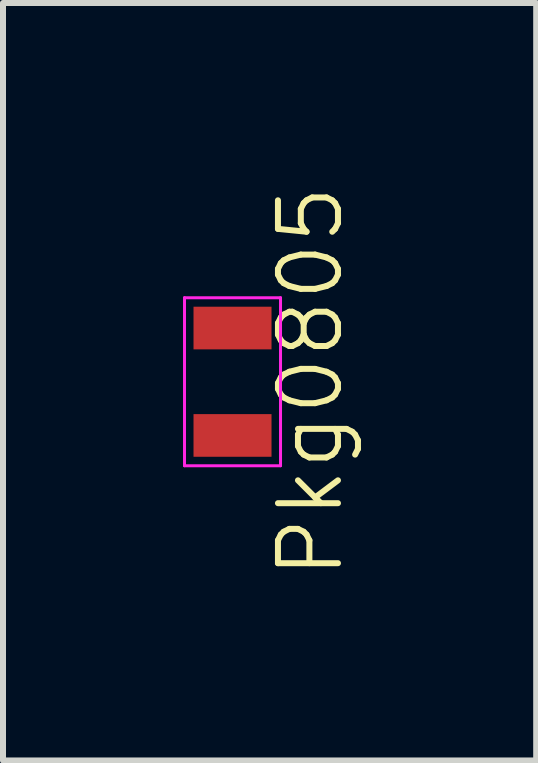
<source format=kicad_pcb>
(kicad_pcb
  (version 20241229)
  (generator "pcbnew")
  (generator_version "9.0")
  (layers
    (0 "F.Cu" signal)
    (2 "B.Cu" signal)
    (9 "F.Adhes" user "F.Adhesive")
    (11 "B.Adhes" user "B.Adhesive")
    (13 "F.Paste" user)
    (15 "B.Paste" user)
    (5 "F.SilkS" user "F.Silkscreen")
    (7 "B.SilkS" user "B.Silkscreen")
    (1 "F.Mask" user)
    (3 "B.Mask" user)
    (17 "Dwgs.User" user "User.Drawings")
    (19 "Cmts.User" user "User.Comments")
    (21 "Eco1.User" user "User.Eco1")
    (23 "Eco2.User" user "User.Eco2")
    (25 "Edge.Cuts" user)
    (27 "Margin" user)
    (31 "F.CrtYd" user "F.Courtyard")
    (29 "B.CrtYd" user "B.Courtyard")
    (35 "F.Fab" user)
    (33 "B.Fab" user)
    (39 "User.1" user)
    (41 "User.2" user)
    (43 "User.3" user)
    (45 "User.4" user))
  (footprint "Pkg0805"
    (layer "F.Cu")
    (at 0.825 3.312)
    (property "Reference" "Pkg0805" (at 1.3 0 90) (layer "F.SilkS") (effects (font (size 1 1) (thickness 0.1))))
    (fp_line (start -0.8 -1.4) (end -0.8 1.4) (stroke (width 0.05) (type solid)) (layer "F.CrtYd"))
    (fp_line (start -0.8 1.4) (end 0.8 1.4) (stroke (width 0.05) (type solid)) (layer "F.CrtYd"))
    (fp_line (start 0.8 -1.4) (end -0.8 -1.4) (stroke (width 0.05) (type solid)) (layer "F.CrtYd"))
    (fp_line (start 0.8 1.4) (end 0.8 -1.4) (stroke (width 0.05) (type solid)) (layer "F.CrtYd"))
    (pad "1" smd rect (at 0 -0.895) (size 1.3 0.711) (layers "F.Cu" "F.Mask" "F.Paste"))
    (pad "2" smd rect (at 0 0.895) (size 1.3 0.711) (layers "F.Cu" "F.Mask" "F.Paste")))
  (gr_rect
    (start -3 -3)
    (end 5.886 9.624)
    (stroke (width 0.1) (type default))
    (fill no)
    (layer "Edge.Cuts")))
</source>
